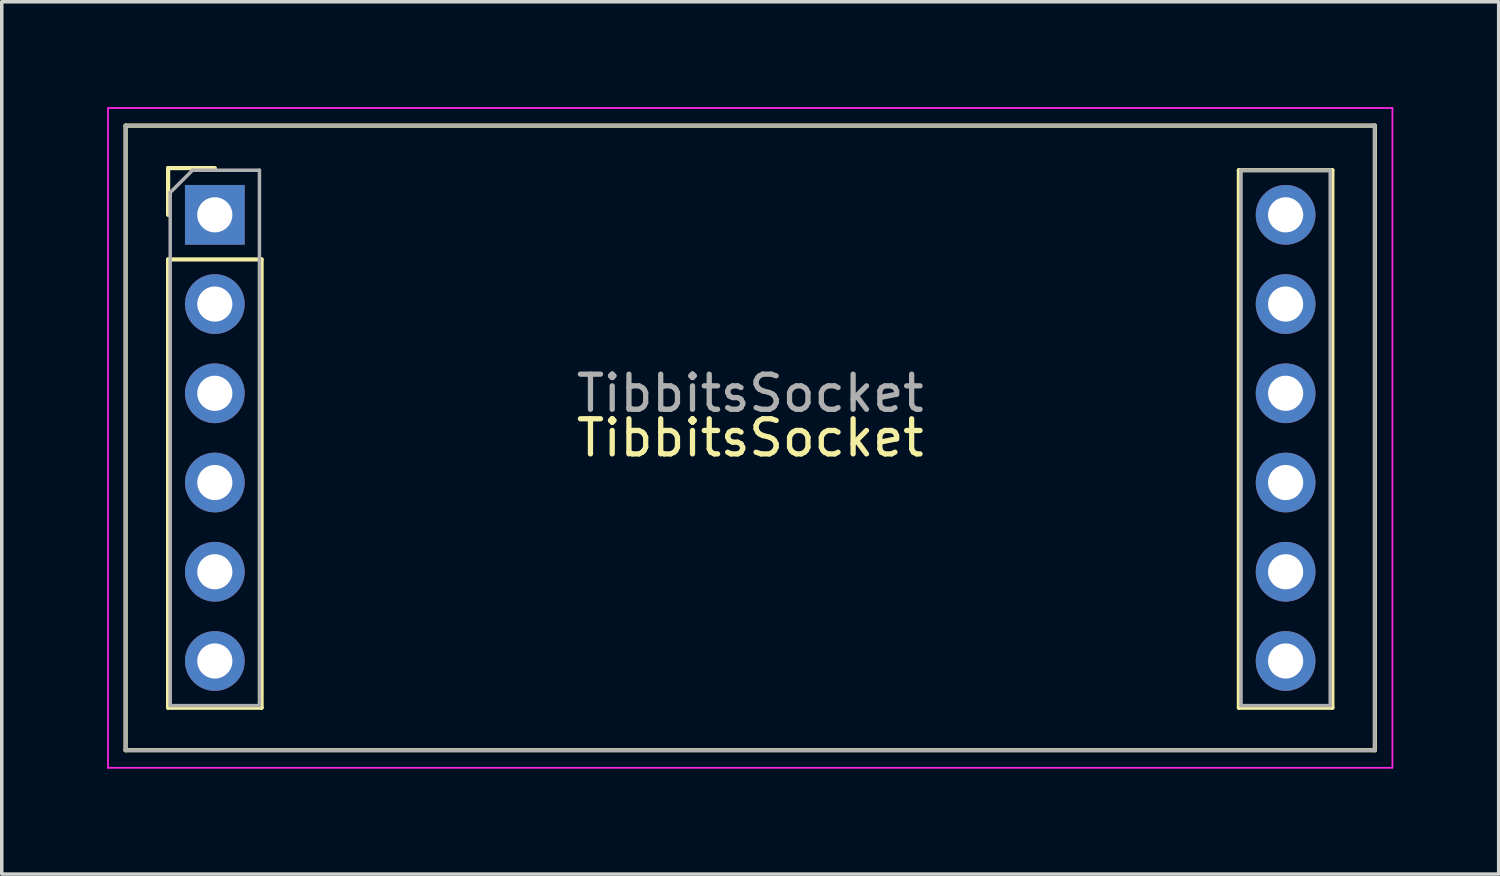
<source format=kicad_pcb>
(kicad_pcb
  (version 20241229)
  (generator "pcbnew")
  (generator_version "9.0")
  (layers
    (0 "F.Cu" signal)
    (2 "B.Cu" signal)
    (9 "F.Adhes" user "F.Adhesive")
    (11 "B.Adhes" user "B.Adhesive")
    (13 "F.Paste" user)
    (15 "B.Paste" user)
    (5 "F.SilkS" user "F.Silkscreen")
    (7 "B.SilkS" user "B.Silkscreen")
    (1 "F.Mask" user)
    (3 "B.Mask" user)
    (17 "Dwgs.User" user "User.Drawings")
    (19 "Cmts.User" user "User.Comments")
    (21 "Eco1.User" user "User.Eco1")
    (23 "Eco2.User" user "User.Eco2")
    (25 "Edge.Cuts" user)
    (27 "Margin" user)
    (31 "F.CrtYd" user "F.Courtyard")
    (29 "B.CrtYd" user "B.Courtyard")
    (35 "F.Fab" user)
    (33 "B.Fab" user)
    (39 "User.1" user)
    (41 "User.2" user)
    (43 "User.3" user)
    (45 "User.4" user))
  (footprint "TibbitsSocket"
    (layer "F.Cu")
    (at 3.065 3.065)
    (property "Reference" "TibbitsSocket" (at 15.24 6.35 0) (layer "F.SilkS") (effects (font (size 1 1) (thickness 0.15))))
    (attr through_hole)
    (fp_line (start -2.54 -2.54) (end -2.54 15.24) (stroke (width 0.12) (type solid)) (layer "F.SilkS"))
    (fp_line (start -2.54 -2.54) (end 33.02 -2.54) (stroke (width 0.12) (type solid)) (layer "F.SilkS"))
    (fp_line (start -2.54 15.24) (end 33.02 15.24) (stroke (width 0.12) (type solid)) (layer "F.SilkS"))
    (fp_line (start -1.33 -1.33) (end 0 -1.33) (stroke (width 0.12) (type solid)) (layer "F.SilkS"))
    (fp_line (start -1.33 0) (end -1.33 -1.33) (stroke (width 0.12) (type solid)) (layer "F.SilkS"))
    (fp_line (start -1.33 1.27) (end -1.33 14.03) (stroke (width 0.12) (type solid)) (layer "F.SilkS"))
    (fp_line (start -1.33 1.27) (end 1.33 1.27) (stroke (width 0.12) (type solid)) (layer "F.SilkS"))
    (fp_line (start -1.33 14.03) (end 1.33 14.03) (stroke (width 0.12) (type solid)) (layer "F.SilkS"))
    (fp_line (start 1.33 1.27) (end 1.33 14.03) (stroke (width 0.12) (type solid)) (layer "F.SilkS"))
    (fp_line (start 29.15 -1.27) (end 29.15 14.03) (stroke (width 0.12) (type solid)) (layer "F.SilkS"))
    (fp_line (start 29.15 -1.27) (end 31.81 -1.27) (stroke (width 0.12) (type solid)) (layer "F.SilkS"))
    (fp_line (start 29.15 14.03) (end 31.81 14.03) (stroke (width 0.12) (type solid)) (layer "F.SilkS"))
    (fp_line (start 31.81 -1.27) (end 31.81 14.03) (stroke (width 0.12) (type solid)) (layer "F.SilkS"))
    (fp_line (start 33.02 -2.54) (end 33.02 15.24) (stroke (width 0.12) (type solid)) (layer "F.SilkS"))
    (fp_line (start -3.04 -3.04) (end -3.04 15.74) (stroke (width 0.05) (type solid)) (layer "F.CrtYd"))
    (fp_line (start -3.04 15.74) (end 33.52 15.74) (stroke (width 0.05) (type solid)) (layer "F.CrtYd"))
    (fp_line (start 33.52 -3.04) (end -3.04 -3.04) (stroke (width 0.05) (type solid)) (layer "F.CrtYd"))
    (fp_line (start 33.52 15.74) (end 33.52 -3.04) (stroke (width 0.05) (type solid)) (layer "F.CrtYd"))
    (fp_line (start -2.54 15.24) (end -2.54 -2.54) (stroke (width 0.1) (type solid)) (layer "F.Fab"))
    (fp_line (start -1.27 -0.635) (end -0.635 -1.27) (stroke (width 0.1) (type solid)) (layer "F.Fab"))
    (fp_line (start -1.27 13.97) (end -1.27 -0.635) (stroke (width 0.1) (type solid)) (layer "F.Fab"))
    (fp_line (start -0.635 -1.27) (end 1.27 -1.27) (stroke (width 0.1) (type solid)) (layer "F.Fab"))
    (fp_line (start 1.27 -1.27) (end 1.27 13.97) (stroke (width 0.1) (type solid)) (layer "F.Fab"))
    (fp_line (start 1.27 13.97) (end -1.27 13.97) (stroke (width 0.1) (type solid)) (layer "F.Fab"))
    (fp_line (start 29.21 -1.27) (end 31.75 -1.27) (stroke (width 0.1) (type solid)) (layer "F.Fab"))
    (fp_line (start 29.21 13.97) (end 29.21 -1.27) (stroke (width 0.1) (type solid)) (layer "F.Fab"))
    (fp_line (start 31.75 -1.27) (end 31.75 13.97) (stroke (width 0.1) (type solid)) (layer "F.Fab"))
    (fp_line (start 31.75 13.97) (end 29.21 13.97) (stroke (width 0.1) (type solid)) (layer "F.Fab"))
    (fp_line (start 33.02 -2.54) (end -2.54 -2.54) (stroke (width 0.1) (type solid)) (layer "F.Fab"))
    (fp_line (start 33.02 15.24) (end -2.54 15.24) (stroke (width 0.1) (type solid)) (layer "F.Fab"))
    (fp_line (start 33.02 15.24) (end 33.02 -2.54) (stroke (width 0.1) (type solid)) (layer "F.Fab"))
    (fp_text user "${REFERENCE}" (at 15.24 5.08 180) (layer "F.Fab") (effects (font (size 1 1) (thickness 0.15))))
    (pad "1" thru_hole rect (at 0 0) (size 1.7 1.7) (drill 1) (layers "*.Cu" "*.Mask"))
    (pad "2" thru_hole oval (at 0 2.54) (size 1.7 1.7) (drill 1) (layers "*.Cu" "*.Mask"))
    (pad "3" thru_hole oval (at 0 5.08) (size 1.7 1.7) (drill 1) (layers "*.Cu" "*.Mask"))
    (pad "4" thru_hole oval (at 0 7.62) (size 1.7 1.7) (drill 1) (layers "*.Cu" "*.Mask"))
    (pad "5" thru_hole oval (at 0 10.16) (size 1.7 1.7) (drill 1) (layers "*.Cu" "*.Mask"))
    (pad "6" thru_hole oval (at 0 12.7) (size 1.7 1.7) (drill 1) (layers "*.Cu" "*.Mask"))
    (pad "7" thru_hole oval (at 30.48 12.7) (size 1.7 1.7) (drill 1) (layers "*.Cu" "*.Mask"))
    (pad "8" thru_hole oval (at 30.48 10.16) (size 1.7 1.7) (drill 1) (layers "*.Cu" "*.Mask"))
    (pad "9" thru_hole oval (at 30.48 7.62) (size 1.7 1.7) (drill 1) (layers "*.Cu" "*.Mask"))
    (pad "10" thru_hole oval (at 30.48 5.08) (size 1.7 1.7) (drill 1) (layers "*.Cu" "*.Mask"))
    (pad "11" thru_hole oval (at 30.48 2.54) (size 1.7 1.7) (drill 1) (layers "*.Cu" "*.Mask"))
    (pad "12" thru_hole oval (at 30.48 0) (size 1.7 1.7) (drill 1) (layers "*.Cu" "*.Mask")))
  (gr_rect
    (start -3 -3)
    (end 39.61 21.83)
    (stroke (width 0.1) (type default))
    (fill no)
    (layer "Edge.Cuts")))
</source>
